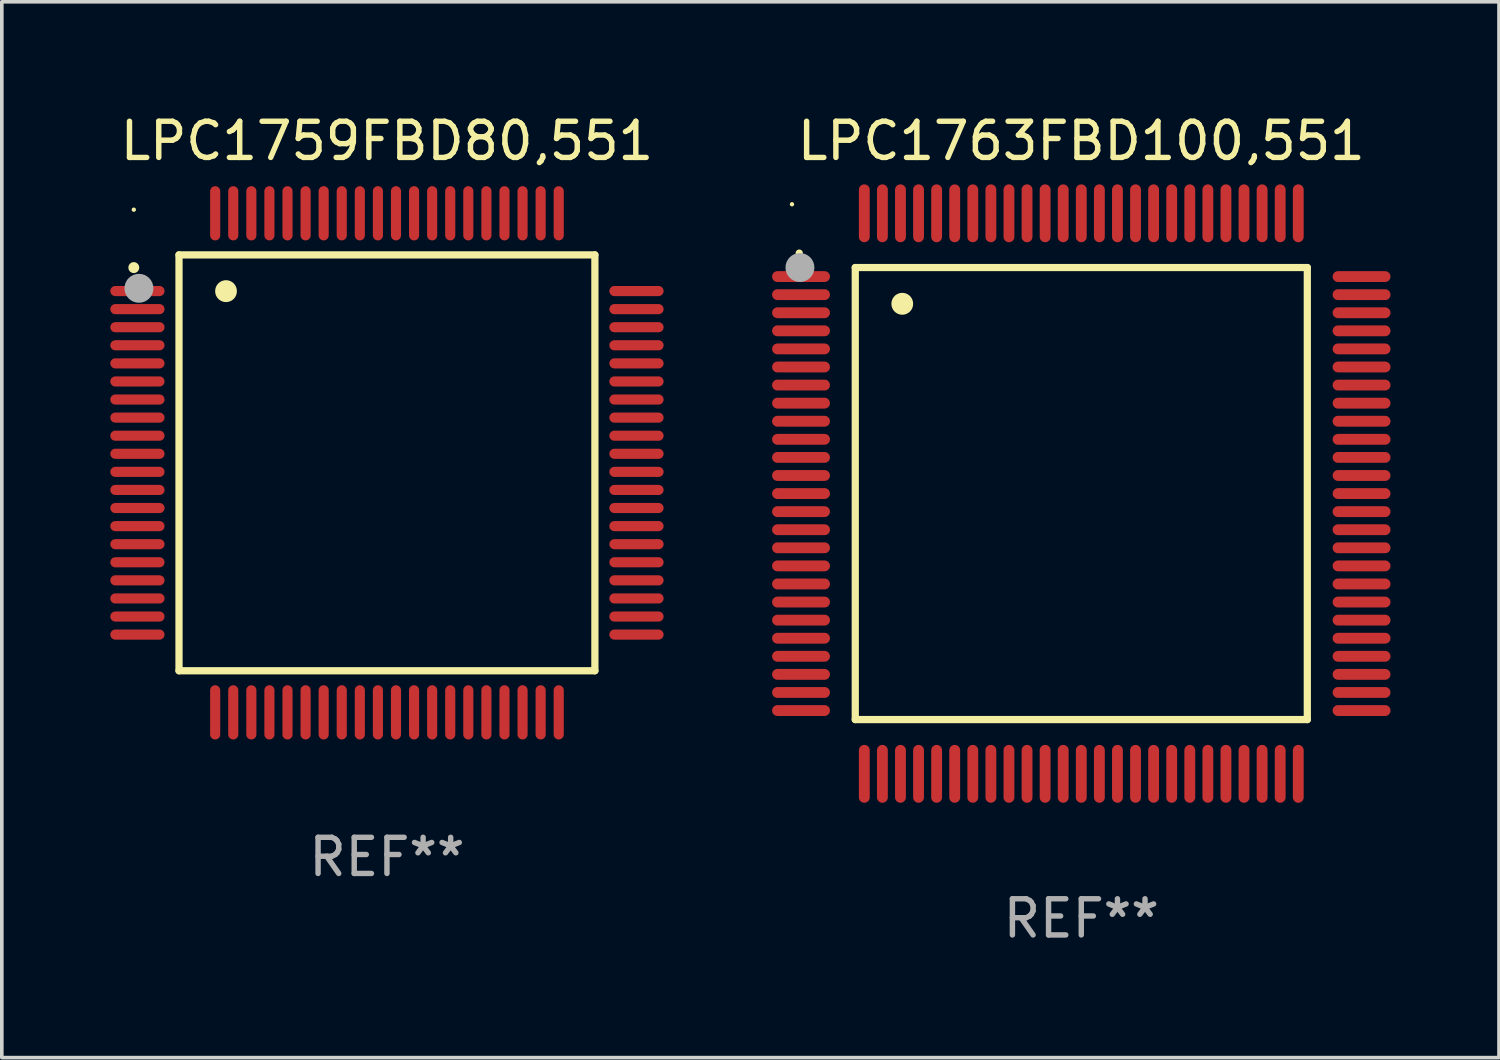
<source format=kicad_pcb>
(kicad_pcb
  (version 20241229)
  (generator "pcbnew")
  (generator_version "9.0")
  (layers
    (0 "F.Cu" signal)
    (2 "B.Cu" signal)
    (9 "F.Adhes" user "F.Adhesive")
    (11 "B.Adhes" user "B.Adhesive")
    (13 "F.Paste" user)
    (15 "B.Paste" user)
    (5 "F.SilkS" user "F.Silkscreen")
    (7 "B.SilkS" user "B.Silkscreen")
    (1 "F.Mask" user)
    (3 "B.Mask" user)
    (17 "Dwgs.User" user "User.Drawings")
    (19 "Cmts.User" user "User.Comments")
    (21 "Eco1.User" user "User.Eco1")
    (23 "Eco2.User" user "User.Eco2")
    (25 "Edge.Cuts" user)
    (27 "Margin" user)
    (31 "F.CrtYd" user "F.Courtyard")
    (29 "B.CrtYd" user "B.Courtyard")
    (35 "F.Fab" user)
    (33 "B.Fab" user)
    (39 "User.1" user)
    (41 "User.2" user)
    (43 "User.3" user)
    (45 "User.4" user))
  (footprint "LPC1759FBD80,551"
    (layer "F.Cu")
    (at 7.65 9.748)
    (property "Reference" "LPC1759FBD80,551" (at 0 -8.9 0) (layer "F.SilkS") (effects (font (size 1 1) (thickness 0.15))))
    (attr through_hole)
    (fp_line (start -5.75 -5.75) (end 5.75 -5.75) (stroke (width 0.2) (type solid)) (layer "F.SilkS"))
    (fp_line (start -5.75 5.75) (end -5.75 -5.75) (stroke (width 0.2) (type solid)) (layer "F.SilkS"))
    (fp_line (start 5.75 -5.75) (end 5.75 5.75) (stroke (width 0.2) (type solid)) (layer "F.SilkS"))
    (fp_line (start 5.75 5.75) (end -5.75 5.75) (stroke (width 0.2) (type solid)) (layer "F.SilkS"))
    (fp_arc (start -7.000229 -5.397435) (mid -7.000234 -5.398705) (end -7.000229 -5.399975) (stroke (width 0.3) (type solid)) (layer "F.SilkS"))
    (fp_arc (start -4.450064 -4.744653) (mid -4.450075 -4.747193) (end -4.450064 -4.749733) (stroke (width 0.6) (type solid)) (layer "F.SilkS"))
    (fp_circle (center -7 -7) (end -6.97 -7) (stroke (width 0.06) (type solid)) (fill no) (layer "F.SilkS"))
    (fp_circle (center -6.858 -4.826) (end -6.658 -4.826) (stroke (width 0.4) (type solid)) (fill no) (layer "F.Fab"))
    (fp_text user "REF**" (at 0 10.9 0) (layer "F.Fab") (effects (font (size 1 1) (thickness 0.15))))
    (pad "1" smd oval (at -6.9 -4.75 90) (size 0.28 1.5) (layers "F.Cu" "F.Mask" "F.Paste"))
    (pad "2" smd oval (at -6.9 -4.25 90) (size 0.28 1.5) (layers "F.Cu" "F.Mask" "F.Paste"))
    (pad "3" smd oval (at -6.9 -3.75 90) (size 0.28 1.5) (layers "F.Cu" "F.Mask" "F.Paste"))
    (pad "4" smd oval (at -6.9 -3.25 90) (size 0.28 1.5) (layers "F.Cu" "F.Mask" "F.Paste"))
    (pad "5" smd oval (at -6.9 -2.75 90) (size 0.28 1.5) (layers "F.Cu" "F.Mask" "F.Paste"))
    (pad "6" smd oval (at -6.9 -2.25 90) (size 0.28 1.5) (layers "F.Cu" "F.Mask" "F.Paste"))
    (pad "7" smd oval (at -6.9 -1.75 90) (size 0.28 1.5) (layers "F.Cu" "F.Mask" "F.Paste"))
    (pad "8" smd oval (at -6.9 -1.25 90) (size 0.28 1.5) (layers "F.Cu" "F.Mask" "F.Paste"))
    (pad "9" smd oval (at -6.9 -0.75 90) (size 0.28 1.5) (layers "F.Cu" "F.Mask" "F.Paste"))
    (pad "10" smd oval (at -6.9 -0.25 90) (size 0.28 1.5) (layers "F.Cu" "F.Mask" "F.Paste"))
    (pad "11" smd oval (at -6.9 0.25 90) (size 0.28 1.5) (layers "F.Cu" "F.Mask" "F.Paste"))
    (pad "12" smd oval (at -6.9 0.75 90) (size 0.28 1.5) (layers "F.Cu" "F.Mask" "F.Paste"))
    (pad "13" smd oval (at -6.9 1.25 90) (size 0.28 1.5) (layers "F.Cu" "F.Mask" "F.Paste"))
    (pad "14" smd oval (at -6.9 1.75 90) (size 0.28 1.5) (layers "F.Cu" "F.Mask" "F.Paste"))
    (pad "15" smd oval (at -6.9 2.25 90) (size 0.28 1.5) (layers "F.Cu" "F.Mask" "F.Paste"))
    (pad "16" smd oval (at -6.9 2.75 90) (size 0.28 1.5) (layers "F.Cu" "F.Mask" "F.Paste"))
    (pad "17" smd oval (at -6.9 3.25 90) (size 0.28 1.5) (layers "F.Cu" "F.Mask" "F.Paste"))
    (pad "18" smd oval (at -6.9 3.75 90) (size 0.28 1.5) (layers "F.Cu" "F.Mask" "F.Paste"))
    (pad "19" smd oval (at -6.9 4.25 90) (size 0.28 1.5) (layers "F.Cu" "F.Mask" "F.Paste"))
    (pad "20" smd oval (at -6.9 4.75 270) (size 0.28 1.5) (layers "F.Cu" "F.Mask" "F.Paste"))
    (pad "21" smd oval (at -4.75 6.9 180) (size 0.28 1.5) (layers "F.Cu" "F.Mask" "F.Paste"))
    (pad "22" smd oval (at -4.25 6.9) (size 0.28 1.5) (layers "F.Cu" "F.Mask" "F.Paste"))
    (pad "23" smd oval (at -3.75 6.9) (size 0.28 1.5) (layers "F.Cu" "F.Mask" "F.Paste"))
    (pad "24" smd oval (at -3.25 6.9) (size 0.28 1.5) (layers "F.Cu" "F.Mask" "F.Paste"))
    (pad "25" smd oval (at -2.75 6.9) (size 0.28 1.5) (layers "F.Cu" "F.Mask" "F.Paste"))
    (pad "26" smd oval (at -2.25 6.9) (size 0.28 1.5) (layers "F.Cu" "F.Mask" "F.Paste"))
    (pad "27" smd oval (at -1.75 6.9) (size 0.28 1.5) (layers "F.Cu" "F.Mask" "F.Paste"))
    (pad "28" smd oval (at -1.25 6.9) (size 0.28 1.5) (layers "F.Cu" "F.Mask" "F.Paste"))
    (pad "29" smd oval (at -0.75 6.9) (size 0.28 1.5) (layers "F.Cu" "F.Mask" "F.Paste"))
    (pad "30" smd oval (at -0.25 6.9) (size 0.28 1.5) (layers "F.Cu" "F.Mask" "F.Paste"))
    (pad "31" smd oval (at 0.25 6.9) (size 0.28 1.5) (layers "F.Cu" "F.Mask" "F.Paste"))
    (pad "32" smd oval (at 0.75 6.9) (size 0.28 1.5) (layers "F.Cu" "F.Mask" "F.Paste"))
    (pad "33" smd oval (at 1.25 6.9) (size 0.28 1.5) (layers "F.Cu" "F.Mask" "F.Paste"))
    (pad "34" smd oval (at 1.75 6.9) (size 0.28 1.5) (layers "F.Cu" "F.Mask" "F.Paste"))
    (pad "35" smd oval (at 2.25 6.9) (size 0.28 1.5) (layers "F.Cu" "F.Mask" "F.Paste"))
    (pad "36" smd oval (at 2.75 6.9) (size 0.28 1.5) (layers "F.Cu" "F.Mask" "F.Paste"))
    (pad "37" smd oval (at 3.25 6.9) (size 0.28 1.5) (layers "F.Cu" "F.Mask" "F.Paste"))
    (pad "38" smd oval (at 3.75 6.9) (size 0.28 1.5) (layers "F.Cu" "F.Mask" "F.Paste"))
    (pad "39" smd oval (at 4.25 6.9) (size 0.28 1.5) (layers "F.Cu" "F.Mask" "F.Paste"))
    (pad "40" smd oval (at 4.75 6.9) (size 0.28 1.5) (layers "F.Cu" "F.Mask" "F.Paste"))
    (pad "41" smd oval (at 6.9 4.75 270) (size 0.28 1.5) (layers "F.Cu" "F.Mask" "F.Paste"))
    (pad "42" smd oval (at 6.9 4.25 90) (size 0.28 1.5) (layers "F.Cu" "F.Mask" "F.Paste"))
    (pad "43" smd oval (at 6.9 3.75 90) (size 0.28 1.5) (layers "F.Cu" "F.Mask" "F.Paste"))
    (pad "44" smd oval (at 6.9 3.25 90) (size 0.28 1.5) (layers "F.Cu" "F.Mask" "F.Paste"))
    (pad "45" smd oval (at 6.9 2.75 90) (size 0.28 1.5) (layers "F.Cu" "F.Mask" "F.Paste"))
    (pad "46" smd oval (at 6.9 2.25 90) (size 0.28 1.5) (layers "F.Cu" "F.Mask" "F.Paste"))
    (pad "47" smd oval (at 6.9 1.75 90) (size 0.28 1.5) (layers "F.Cu" "F.Mask" "F.Paste"))
    (pad "48" smd oval (at 6.9 1.25 90) (size 0.28 1.5) (layers "F.Cu" "F.Mask" "F.Paste"))
    (pad "49" smd oval (at 6.9 0.75 90) (size 0.28 1.5) (layers "F.Cu" "F.Mask" "F.Paste"))
    (pad "50" smd oval (at 6.9 0.25 90) (size 0.28 1.5) (layers "F.Cu" "F.Mask" "F.Paste"))
    (pad "51" smd oval (at 6.9 -0.25 90) (size 0.28 1.5) (layers "F.Cu" "F.Mask" "F.Paste"))
    (pad "52" smd oval (at 6.9 -0.75 90) (size 0.28 1.5) (layers "F.Cu" "F.Mask" "F.Paste"))
    (pad "53" smd oval (at 6.9 -1.25 90) (size 0.28 1.5) (layers "F.Cu" "F.Mask" "F.Paste"))
    (pad "54" smd oval (at 6.9 -1.75 90) (size 0.28 1.5) (layers "F.Cu" "F.Mask" "F.Paste"))
    (pad "55" smd oval (at 6.9 -2.25 90) (size 0.28 1.5) (layers "F.Cu" "F.Mask" "F.Paste"))
    (pad "56" smd oval (at 6.9 -2.75 90) (size 0.28 1.5) (layers "F.Cu" "F.Mask" "F.Paste"))
    (pad "57" smd oval (at 6.9 -3.25 90) (size 0.28 1.5) (layers "F.Cu" "F.Mask" "F.Paste"))
    (pad "58" smd oval (at 6.9 -3.75 90) (size 0.28 1.5) (layers "F.Cu" "F.Mask" "F.Paste"))
    (pad "59" smd oval (at 6.9 -4.25 90) (size 0.28 1.5) (layers "F.Cu" "F.Mask" "F.Paste"))
    (pad "60" smd oval (at 6.9 -4.75 90) (size 0.28 1.5) (layers "F.Cu" "F.Mask" "F.Paste"))
    (pad "61" smd oval (at 4.75 -6.9) (size 0.28 1.5) (layers "F.Cu" "F.Mask" "F.Paste"))
    (pad "62" smd oval (at 4.25 -6.9) (size 0.28 1.5) (layers "F.Cu" "F.Mask" "F.Paste"))
    (pad "63" smd oval (at 3.75 -6.9) (size 0.28 1.5) (layers "F.Cu" "F.Mask" "F.Paste"))
    (pad "64" smd oval (at 3.25 -6.9) (size 0.28 1.5) (layers "F.Cu" "F.Mask" "F.Paste"))
    (pad "65" smd oval (at 2.75 -6.9) (size 0.28 1.5) (layers "F.Cu" "F.Mask" "F.Paste"))
    (pad "66" smd oval (at 2.25 -6.9) (size 0.28 1.5) (layers "F.Cu" "F.Mask" "F.Paste"))
    (pad "67" smd oval (at 1.75 -6.9) (size 0.28 1.5) (layers "F.Cu" "F.Mask" "F.Paste"))
    (pad "68" smd oval (at 1.25 -6.9) (size 0.28 1.5) (layers "F.Cu" "F.Mask" "F.Paste"))
    (pad "69" smd oval (at 0.75 -6.9) (size 0.28 1.5) (layers "F.Cu" "F.Mask" "F.Paste"))
    (pad "70" smd oval (at 0.25 -6.9) (size 0.28 1.5) (layers "F.Cu" "F.Mask" "F.Paste"))
    (pad "71" smd oval (at -0.25 -6.9) (size 0.28 1.5) (layers "F.Cu" "F.Mask" "F.Paste"))
    (pad "72" smd oval (at -0.75 -6.9) (size 0.28 1.5) (layers "F.Cu" "F.Mask" "F.Paste"))
    (pad "73" smd oval (at -1.25 -6.9) (size 0.28 1.5) (layers "F.Cu" "F.Mask" "F.Paste"))
    (pad "74" smd oval (at -1.75 -6.9) (size 0.28 1.5) (layers "F.Cu" "F.Mask" "F.Paste"))
    (pad "75" smd oval (at -2.25 -6.9) (size 0.28 1.5) (layers "F.Cu" "F.Mask" "F.Paste"))
    (pad "76" smd oval (at -2.75 -6.9) (size 0.28 1.5) (layers "F.Cu" "F.Mask" "F.Paste"))
    (pad "77" smd oval (at -3.25 -6.9) (size 0.28 1.5) (layers "F.Cu" "F.Mask" "F.Paste"))
    (pad "78" smd oval (at -3.75 -6.9) (size 0.28 1.5) (layers "F.Cu" "F.Mask" "F.Paste"))
    (pad "79" smd oval (at -4.25 -6.9) (size 0.28 1.5) (layers "F.Cu" "F.Mask" "F.Paste"))
    (pad "80" smd oval (at -4.75 -6.9 180) (size 0.28 1.5) (layers "F.Cu" "F.Mask" "F.Paste")))
  (footprint "LPC1763FBD100,551"
    (layer "F.Cu")
    (at 26.85 10.598)
    (property "Reference" "LPC1763FBD100,551" (at 0 -9.75 0) (layer "F.SilkS") (effects (font (size 1 1) (thickness 0.15))))
    (attr through_hole)
    (fp_line (start -6.25 -6.25) (end -6.25 6.25) (stroke (width 0.2) (type solid)) (layer "F.SilkS"))
    (fp_line (start -6.25 6.25) (end 6.25 6.25) (stroke (width 0.2) (type solid)) (layer "F.SilkS"))
    (fp_line (start 6.25 -6.25) (end -6.25 -6.25) (stroke (width 0.2) (type solid)) (layer "F.SilkS"))
    (fp_line (start 6.25 6.25) (end 6.25 -6.25) (stroke (width 0.2) (type solid)) (layer "F.SilkS"))
    (fp_arc (start -7.799568 -6.647625) (mid -7.799571 -6.648463) (end -7.799568 -6.649301) (stroke (width 0.2) (type solid)) (layer "F.SilkS"))
    (fp_arc (start -4.95047 -5.245111) (mid -4.950481 -5.247651) (end -4.95047 -5.250191) (stroke (width 0.6) (type solid)) (layer "F.SilkS"))
    (fp_circle (center -8 -8) (end -7.97 -8) (stroke (width 0.06) (type solid)) (fill no) (layer "F.SilkS"))
    (fp_circle (center -7.78 -6.25) (end -7.58 -6.25) (stroke (width 0.4) (type solid)) (fill no) (layer "F.Fab"))
    (fp_text user "REF**" (at 0 11.75 0) (layer "F.Fab") (effects (font (size 1 1) (thickness 0.15))))
    (pad "1" smd oval (at -7.75 -6 90) (size 0.3 1.6) (layers "F.Cu" "F.Mask" "F.Paste"))
    (pad "2" smd oval (at -7.75 -5.5 90) (size 0.3 1.6) (layers "F.Cu" "F.Mask" "F.Paste"))
    (pad "3" smd oval (at -7.75 -5 90) (size 0.3 1.6) (layers "F.Cu" "F.Mask" "F.Paste"))
    (pad "4" smd oval (at -7.75 -4.5 90) (size 0.3 1.6) (layers "F.Cu" "F.Mask" "F.Paste"))
    (pad "5" smd oval (at -7.75 -4 90) (size 0.3 1.6) (layers "F.Cu" "F.Mask" "F.Paste"))
    (pad "6" smd oval (at -7.75 -3.5 90) (size 0.3 1.6) (layers "F.Cu" "F.Mask" "F.Paste"))
    (pad "7" smd oval (at -7.75 -3 90) (size 0.3 1.6) (layers "F.Cu" "F.Mask" "F.Paste"))
    (pad "8" smd oval (at -7.75 -2.5 90) (size 0.3 1.6) (layers "F.Cu" "F.Mask" "F.Paste"))
    (pad "9" smd oval (at -7.75 -2 90) (size 0.3 1.6) (layers "F.Cu" "F.Mask" "F.Paste"))
    (pad "10" smd oval (at -7.75 -1.5 90) (size 0.3 1.6) (layers "F.Cu" "F.Mask" "F.Paste"))
    (pad "11" smd oval (at -7.75 -1 90) (size 0.3 1.6) (layers "F.Cu" "F.Mask" "F.Paste"))
    (pad "12" smd oval (at -7.75 -0.5 90) (size 0.3 1.6) (layers "F.Cu" "F.Mask" "F.Paste"))
    (pad "13" smd oval (at -7.75 0 90) (size 0.3 1.6) (layers "F.Cu" "F.Mask" "F.Paste"))
    (pad "14" smd oval (at -7.75 0.5 90) (size 0.3 1.6) (layers "F.Cu" "F.Mask" "F.Paste"))
    (pad "15" smd oval (at -7.75 1 90) (size 0.3 1.6) (layers "F.Cu" "F.Mask" "F.Paste"))
    (pad "16" smd oval (at -7.75 1.5 90) (size 0.3 1.6) (layers "F.Cu" "F.Mask" "F.Paste"))
    (pad "17" smd oval (at -7.75 2 90) (size 0.3 1.6) (layers "F.Cu" "F.Mask" "F.Paste"))
    (pad "18" smd oval (at -7.75 2.5 90) (size 0.3 1.6) (layers "F.Cu" "F.Mask" "F.Paste"))
    (pad "19" smd oval (at -7.75 3 90) (size 0.3 1.6) (layers "F.Cu" "F.Mask" "F.Paste"))
    (pad "20" smd oval (at -7.75 3.5 90) (size 0.3 1.6) (layers "F.Cu" "F.Mask" "F.Paste"))
    (pad "21" smd oval (at -7.75 4 90) (size 0.3 1.6) (layers "F.Cu" "F.Mask" "F.Paste"))
    (pad "22" smd oval (at -7.75 4.5 90) (size 0.3 1.6) (layers "F.Cu" "F.Mask" "F.Paste"))
    (pad "23" smd oval (at -7.75 5 90) (size 0.3 1.6) (layers "F.Cu" "F.Mask" "F.Paste"))
    (pad "24" smd oval (at -7.75 5.5 90) (size 0.3 1.6) (layers "F.Cu" "F.Mask" "F.Paste"))
    (pad "25" smd oval (at -7.75 6 90) (size 0.3 1.6) (layers "F.Cu" "F.Mask" "F.Paste"))
    (pad "26" smd oval (at -6 7.75) (size 0.3 1.6) (layers "F.Cu" "F.Mask" "F.Paste"))
    (pad "27" smd oval (at -5.5 7.75) (size 0.3 1.6) (layers "F.Cu" "F.Mask" "F.Paste"))
    (pad "28" smd oval (at -5 7.75) (size 0.3 1.6) (layers "F.Cu" "F.Mask" "F.Paste"))
    (pad "29" smd oval (at -4.5 7.75) (size 0.3 1.6) (layers "F.Cu" "F.Mask" "F.Paste"))
    (pad "30" smd oval (at -4 7.75) (size 0.3 1.6) (layers "F.Cu" "F.Mask" "F.Paste"))
    (pad "31" smd oval (at -3.5 7.75) (size 0.3 1.6) (layers "F.Cu" "F.Mask" "F.Paste"))
    (pad "32" smd oval (at -3 7.75) (size 0.3 1.6) (layers "F.Cu" "F.Mask" "F.Paste"))
    (pad "33" smd oval (at -2.5 7.75) (size 0.3 1.6) (layers "F.Cu" "F.Mask" "F.Paste"))
    (pad "34" smd oval (at -2 7.75) (size 0.3 1.6) (layers "F.Cu" "F.Mask" "F.Paste"))
    (pad "35" smd oval (at -1.5 7.75) (size 0.3 1.6) (layers "F.Cu" "F.Mask" "F.Paste"))
    (pad "36" smd oval (at -1 7.75) (size 0.3 1.6) (layers "F.Cu" "F.Mask" "F.Paste"))
    (pad "37" smd oval (at -0.5 7.75) (size 0.3 1.6) (layers "F.Cu" "F.Mask" "F.Paste"))
    (pad "38" smd oval (at 0 7.75) (size 0.3 1.6) (layers "F.Cu" "F.Mask" "F.Paste"))
    (pad "39" smd oval (at 0.5 7.75) (size 0.3 1.6) (layers "F.Cu" "F.Mask" "F.Paste"))
    (pad "40" smd oval (at 1 7.75) (size 0.3 1.6) (layers "F.Cu" "F.Mask" "F.Paste"))
    (pad "41" smd oval (at 1.5 7.75) (size 0.3 1.6) (layers "F.Cu" "F.Mask" "F.Paste"))
    (pad "42" smd oval (at 2 7.75) (size 0.3 1.6) (layers "F.Cu" "F.Mask" "F.Paste"))
    (pad "43" smd oval (at 2.5 7.75) (size 0.3 1.6) (layers "F.Cu" "F.Mask" "F.Paste"))
    (pad "44" smd oval (at 3 7.75) (size 0.3 1.6) (layers "F.Cu" "F.Mask" "F.Paste"))
    (pad "45" smd oval (at 3.5 7.75) (size 0.3 1.6) (layers "F.Cu" "F.Mask" "F.Paste"))
    (pad "46" smd oval (at 4 7.75) (size 0.3 1.6) (layers "F.Cu" "F.Mask" "F.Paste"))
    (pad "47" smd oval (at 4.5 7.75) (size 0.3 1.6) (layers "F.Cu" "F.Mask" "F.Paste"))
    (pad "48" smd oval (at 5 7.75) (size 0.3 1.6) (layers "F.Cu" "F.Mask" "F.Paste"))
    (pad "49" smd oval (at 5.5 7.75) (size 0.3 1.6) (layers "F.Cu" "F.Mask" "F.Paste"))
    (pad "50" smd oval (at 6 7.75) (size 0.3 1.6) (layers "F.Cu" "F.Mask" "F.Paste"))
    (pad "51" smd oval (at 7.75 6 90) (size 0.3 1.6) (layers "F.Cu" "F.Mask" "F.Paste"))
    (pad "52" smd oval (at 7.75 5.5 90) (size 0.3 1.6) (layers "F.Cu" "F.Mask" "F.Paste"))
    (pad "53" smd oval (at 7.75 5 90) (size 0.3 1.6) (layers "F.Cu" "F.Mask" "F.Paste"))
    (pad "54" smd oval (at 7.75 4.5 90) (size 0.3 1.6) (layers "F.Cu" "F.Mask" "F.Paste"))
    (pad "55" smd oval (at 7.75 4 90) (size 0.3 1.6) (layers "F.Cu" "F.Mask" "F.Paste"))
    (pad "56" smd oval (at 7.75 3.5 90) (size 0.3 1.6) (layers "F.Cu" "F.Mask" "F.Paste"))
    (pad "57" smd oval (at 7.75 3 90) (size 0.3 1.6) (layers "F.Cu" "F.Mask" "F.Paste"))
    (pad "58" smd oval (at 7.75 2.5 90) (size 0.3 1.6) (layers "F.Cu" "F.Mask" "F.Paste"))
    (pad "59" smd oval (at 7.75 2 90) (size 0.3 1.6) (layers "F.Cu" "F.Mask" "F.Paste"))
    (pad "60" smd oval (at 7.75 1.5 90) (size 0.3 1.6) (layers "F.Cu" "F.Mask" "F.Paste"))
    (pad "61" smd oval (at 7.75 1 90) (size 0.3 1.6) (layers "F.Cu" "F.Mask" "F.Paste"))
    (pad "62" smd oval (at 7.75 0.5 90) (size 0.3 1.6) (layers "F.Cu" "F.Mask" "F.Paste"))
    (pad "63" smd oval (at 7.75 0 90) (size 0.3 1.6) (layers "F.Cu" "F.Mask" "F.Paste"))
    (pad "64" smd oval (at 7.75 -0.5 90) (size 0.3 1.6) (layers "F.Cu" "F.Mask" "F.Paste"))
    (pad "65" smd oval (at 7.75 -1 90) (size 0.3 1.6) (layers "F.Cu" "F.Mask" "F.Paste"))
    (pad "66" smd oval (at 7.75 -1.5 90) (size 0.3 1.6) (layers "F.Cu" "F.Mask" "F.Paste"))
    (pad "67" smd oval (at 7.75 -2 90) (size 0.3 1.6) (layers "F.Cu" "F.Mask" "F.Paste"))
    (pad "68" smd oval (at 7.75 -2.5 90) (size 0.3 1.6) (layers "F.Cu" "F.Mask" "F.Paste"))
    (pad "69" smd oval (at 7.75 -3 90) (size 0.3 1.6) (layers "F.Cu" "F.Mask" "F.Paste"))
    (pad "70" smd oval (at 7.75 -3.5 90) (size 0.3 1.6) (layers "F.Cu" "F.Mask" "F.Paste"))
    (pad "71" smd oval (at 7.75 -4 90) (size 0.3 1.6) (layers "F.Cu" "F.Mask" "F.Paste"))
    (pad "72" smd oval (at 7.75 -4.5 90) (size 0.3 1.6) (layers "F.Cu" "F.Mask" "F.Paste"))
    (pad "73" smd oval (at 7.75 -5 90) (size 0.3 1.6) (layers "F.Cu" "F.Mask" "F.Paste"))
    (pad "74" smd oval (at 7.75 -5.5 90) (size 0.3 1.6) (layers "F.Cu" "F.Mask" "F.Paste"))
    (pad "75" smd oval (at 7.75 -6 90) (size 0.3 1.6) (layers "F.Cu" "F.Mask" "F.Paste"))
    (pad "76" smd oval (at 6 -7.75) (size 0.3 1.6) (layers "F.Cu" "F.Mask" "F.Paste"))
    (pad "77" smd oval (at 5.5 -7.75) (size 0.3 1.6) (layers "F.Cu" "F.Mask" "F.Paste"))
    (pad "78" smd oval (at 5 -7.75) (size 0.3 1.6) (layers "F.Cu" "F.Mask" "F.Paste"))
    (pad "79" smd oval (at 4.5 -7.75) (size 0.3 1.6) (layers "F.Cu" "F.Mask" "F.Paste"))
    (pad "80" smd oval (at 4 -7.75) (size 0.3 1.6) (layers "F.Cu" "F.Mask" "F.Paste"))
    (pad "81" smd oval (at 3.5 -7.75) (size 0.3 1.6) (layers "F.Cu" "F.Mask" "F.Paste"))
    (pad "82" smd oval (at 3 -7.75) (size 0.3 1.6) (layers "F.Cu" "F.Mask" "F.Paste"))
    (pad "83" smd oval (at 2.5 -7.75) (size 0.3 1.6) (layers "F.Cu" "F.Mask" "F.Paste"))
    (pad "84" smd oval (at 2 -7.75) (size 0.3 1.6) (layers "F.Cu" "F.Mask" "F.Paste"))
    (pad "85" smd oval (at 1.5 -7.75) (size 0.3 1.6) (layers "F.Cu" "F.Mask" "F.Paste"))
    (pad "86" smd oval (at 1 -7.75) (size 0.3 1.6) (layers "F.Cu" "F.Mask" "F.Paste"))
    (pad "87" smd oval (at 0.5 -7.75) (size 0.3 1.6) (layers "F.Cu" "F.Mask" "F.Paste"))
    (pad "88" smd oval (at 0 -7.75) (size 0.3 1.6) (layers "F.Cu" "F.Mask" "F.Paste"))
    (pad "89" smd oval (at -0.5 -7.75) (size 0.3 1.6) (layers "F.Cu" "F.Mask" "F.Paste"))
    (pad "90" smd oval (at -1 -7.75) (size 0.3 1.6) (layers "F.Cu" "F.Mask" "F.Paste"))
    (pad "91" smd oval (at -1.5 -7.75) (size 0.3 1.6) (layers "F.Cu" "F.Mask" "F.Paste"))
    (pad "92" smd oval (at -2 -7.75) (size 0.3 1.6) (layers "F.Cu" "F.Mask" "F.Paste"))
    (pad "93" smd oval (at -2.5 -7.75) (size 0.3 1.6) (layers "F.Cu" "F.Mask" "F.Paste"))
    (pad "94" smd oval (at -3 -7.75) (size 0.3 1.6) (layers "F.Cu" "F.Mask" "F.Paste"))
    (pad "95" smd oval (at -3.5 -7.75) (size 0.3 1.6) (layers "F.Cu" "F.Mask" "F.Paste"))
    (pad "96" smd oval (at -4 -7.75) (size 0.3 1.6) (layers "F.Cu" "F.Mask" "F.Paste"))
    (pad "97" smd oval (at -4.5 -7.75) (size 0.3 1.6) (layers "F.Cu" "F.Mask" "F.Paste"))
    (pad "98" smd oval (at -5 -7.75) (size 0.3 1.6) (layers "F.Cu" "F.Mask" "F.Paste"))
    (pad "99" smd oval (at -5.5 -7.75) (size 0.3 1.6) (layers "F.Cu" "F.Mask" "F.Paste"))
    (pad "100" smd oval (at -6 -7.75) (size 0.3 1.6) (layers "F.Cu" "F.Mask" "F.Paste")))
  (gr_rect
    (start -3 -3)
    (end 38.4 26.196)
    (stroke (width 0.1) (type default))
    (fill no)
    (layer "Edge.Cuts")))
</source>
